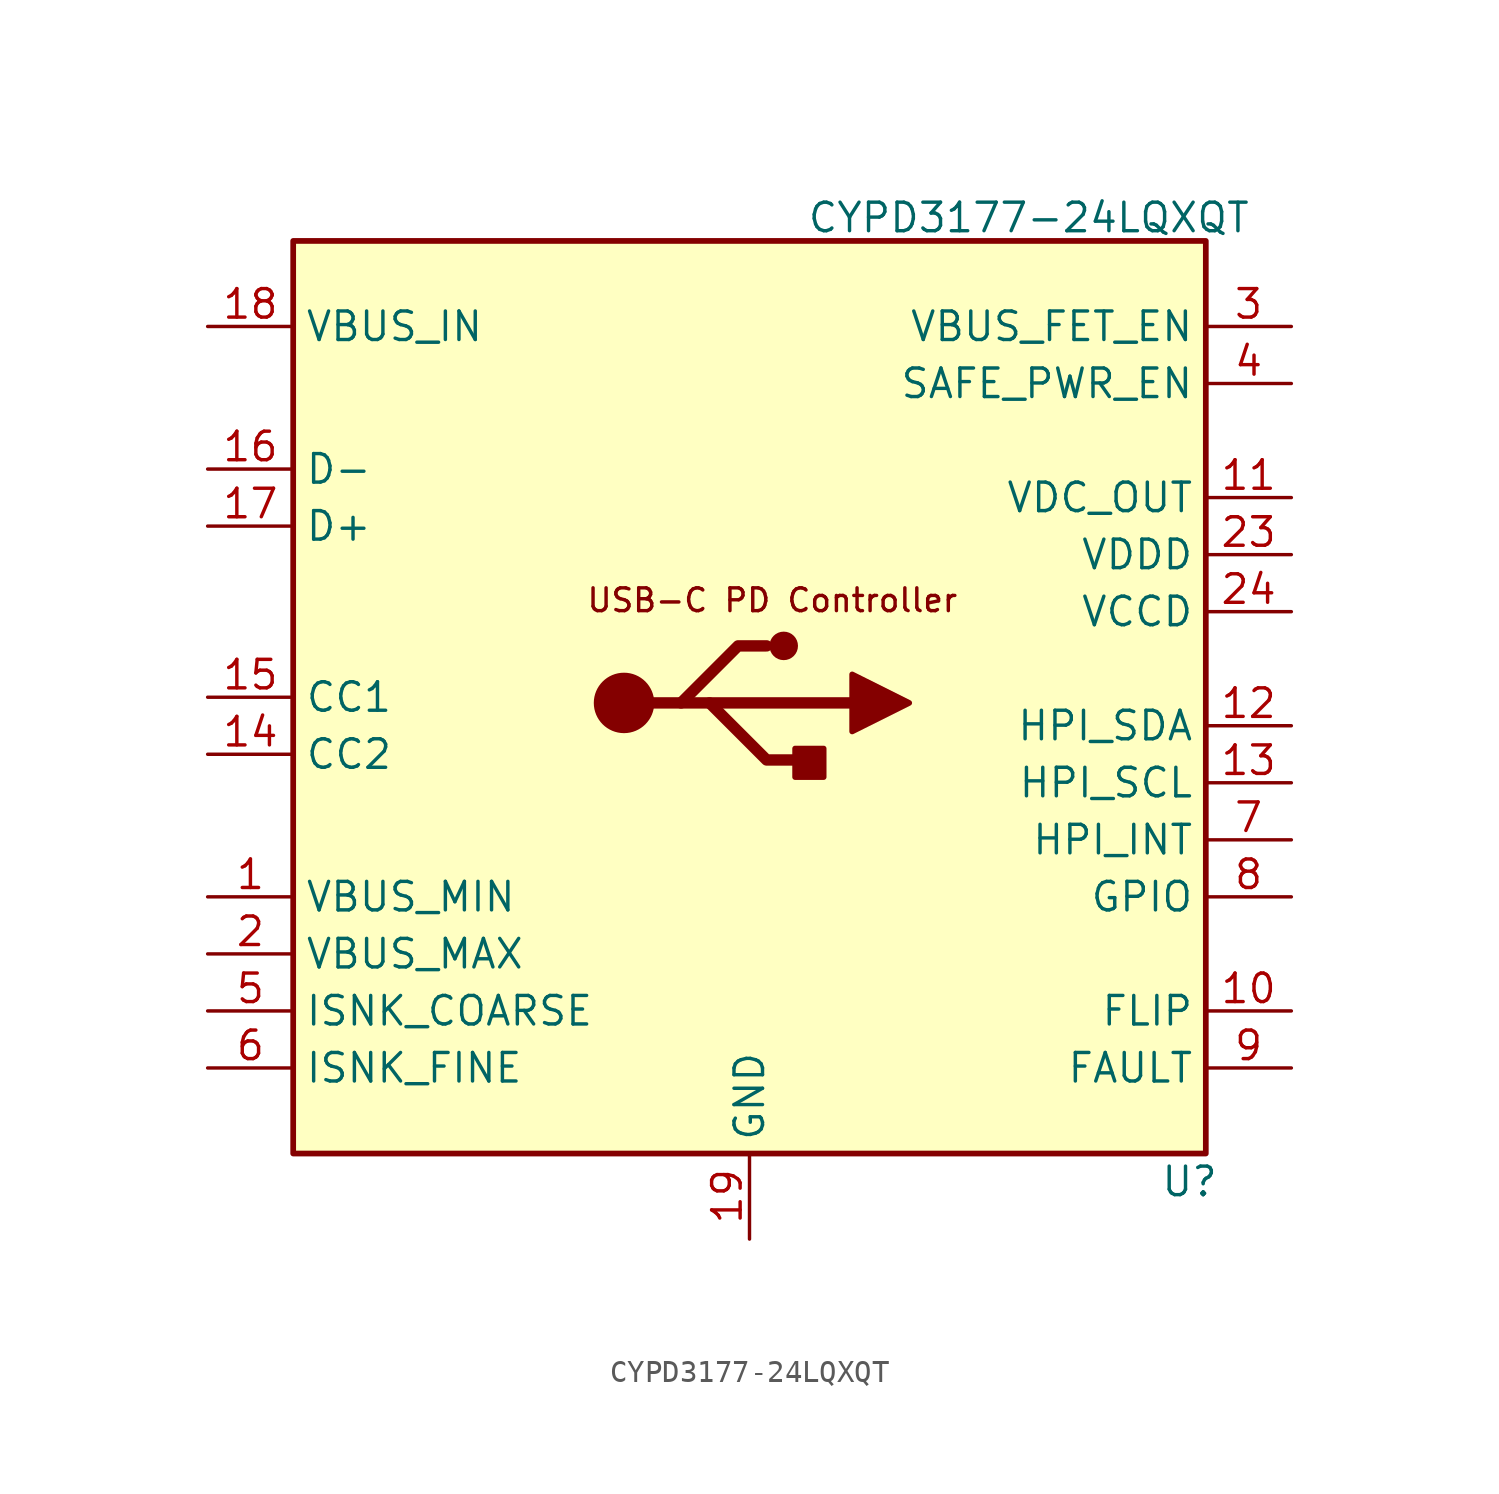
<source format=kicad_sym>
(kicad_symbol_lib
  (version 20231120)
  (generator "kicad_symbol_editor")
  (generator_version "8.0")
  (symbol "CYPD3177-24LQXQT"
    (property "Reference" "U"
      (at 18.288 -20.828 0)
      (effects (font (size 1.27 1.27)) (justify left top)))
    (property "Value" "CYPD3177-24LQXQT"
      (at 2.54 22.098 0)
      (effects (font (size 1.27 1.27)) (justify left top)))
    (symbol "CYPD3177-24LQXQT_0_1"
      (circle (center -5.588 -0.254) (radius 1.27) (stroke (width 0) (type default)) (fill (type outline)))
      (polyline (pts (xy -5.588 -0.254) (xy 4.572 -0.254)) (stroke (width 0.508) (type default)) (fill (type none)))
      (polyline (pts (xy -3.048 -0.254) (xy -0.508 2.286) (xy 0.762 2.286)) (stroke (width 0.508) (type default)) (fill (type none)))
      (polyline (pts (xy -1.778 -0.254) (xy 0.762 -2.794) (xy 2.032 -2.794)) (stroke (width 0.508) (type default)) (fill (type none)))
      (polyline (pts (xy 4.572 1.016) (xy 7.112 -0.254) (xy 4.572 -1.524) (xy 4.572 1.016)) (stroke (width 0.254) (type default)) (fill (type outline)))
      (circle (center 1.524 2.286) (radius 0.508) (stroke (width 0.254) (type default)) (fill (type outline)))
      (rectangle (start 2.032 -2.286) (end 3.302 -3.556) (stroke (width 0.254) (type default)) (fill (type outline))))
    (symbol "CYPD3177-24LQXQT_1_1"
      (rectangle (start -20.32 20.32) (end 20.32 -20.32) (stroke (width 0.254) (type default)) (fill (type background)))
      (text "USB-C PD Controller" (at 1.016 4.318 0) (effects (font (size 1.016 1.016))))
      (pin input line (at -24.13 -8.89 0) (length 3.81) (name "VBUS_MIN" (effects (font (size 1.27 1.27)))) (number "1" (effects (font (size 1.27 1.27)))))
      (pin output line (at 24.13 -13.97 180) (length 3.81) (name "FLIP" (effects (font (size 1.27 1.27)))) (number "10" (effects (font (size 1.27 1.27)))))
      (pin power_out line (at 24.13 8.89 180) (length 3.81) (name "VDC_OUT" (effects (font (size 1.27 1.27)))) (number "11" (effects (font (size 1.27 1.27)))))
      (pin bidirectional line (at 24.13 -1.27 180) (length 3.81) (name "HPI_SDA" (effects (font (size 1.27 1.27)))) (number "12" (effects (font (size 1.27 1.27)))))
      (pin bidirectional line (at 24.13 -3.81 180) (length 3.81) (name "HPI_SCL" (effects (font (size 1.27 1.27)))) (number "13" (effects (font (size 1.27 1.27)))))
      (pin bidirectional line (at -24.13 -2.54 0) (length 3.81) (name "CC2" (effects (font (size 1.27 1.27)))) (number "14" (effects (font (size 1.27 1.27)))))
      (pin bidirectional line (at -24.13 0 0) (length 3.81) (name "CC1" (effects (font (size 1.27 1.27)))) (number "15" (effects (font (size 1.27 1.27)))))
      (pin bidirectional line (at -24.13 10.16 0) (length 3.81) (name "D-" (effects (font (size 1.27 1.27)))) (number "16" (effects (font (size 1.27 1.27)))))
      (pin bidirectional line (at -24.13 7.62 0) (length 3.81) (name "D+" (effects (font (size 1.27 1.27)))) (number "17" (effects (font (size 1.27 1.27)))))
      (pin power_in line (at -24.13 16.51 0) (length 3.81) (name "VBUS_IN" (effects (font (size 1.27 1.27)))) (number "18" (effects (font (size 1.27 1.27)))))
      (pin power_in line (at 0 -24.13 90) (length 3.81) (name "GND" (effects (font (size 1.27 1.27)))) (number "19" (effects (font (size 1.27 1.27)))))
      (pin input line (at -24.13 -11.43 0) (length 3.81) (name "VBUS_MAX" (effects (font (size 1.27 1.27)))) (number "2" (effects (font (size 1.27 1.27)))))
      (pin no_connect line (at 8.89 -24.13 90) (length 3.81) hide (name "DNU" (effects (font (size 1.27 1.27)))) (number "20" (effects (font (size 1.27 1.27)))))
      (pin no_connect line (at 8.89 -24.13 90) (length 3.81) hide (name "DNU" (effects (font (size 1.27 1.27)))) (number "21" (effects (font (size 1.27 1.27)))))
      (pin power_in line (at 0 -24.13 90) (length 3.81) hide (name "GND" (effects (font (size 1.27 1.27)))) (number "22" (effects (font (size 1.27 1.27)))))
      (pin power_out line (at 24.13 6.35 180) (length 3.81) (name "VDDD" (effects (font (size 1.27 1.27)))) (number "23" (effects (font (size 1.27 1.27)))))
      (pin power_out line (at 24.13 3.81 180) (length 3.81) (name "VCCD" (effects (font (size 1.27 1.27)))) (number "24" (effects (font (size 1.27 1.27)))))
      (pin power_in line (at 0 -24.13 90) (length 3.81) hide (name "EP" (effects (font (size 1.27 1.27)))) (number "25" (effects (font (size 1.27 1.27)))))
      (pin output line (at 24.13 16.51 180) (length 3.81) (name "VBUS_FET_EN" (effects (font (size 1.27 1.27)))) (number "3" (effects (font (size 1.27 1.27)))))
      (pin output line (at 24.13 13.97 180) (length 3.81) (name "SAFE_PWR_EN" (effects (font (size 1.27 1.27)))) (number "4" (effects (font (size 1.27 1.27)))))
      (pin input line (at -24.13 -13.97 0) (length 3.81) (name "ISNK_COARSE" (effects (font (size 1.27 1.27)))) (number "5" (effects (font (size 1.27 1.27)))))
      (pin input line (at -24.13 -16.51 0) (length 3.81) (name "ISNK_FINE" (effects (font (size 1.27 1.27)))) (number "6" (effects (font (size 1.27 1.27)))))
      (pin bidirectional line (at 24.13 -6.35 180) (length 3.81) (name "HPI_INT" (effects (font (size 1.27 1.27)))) (number "7" (effects (font (size 1.27 1.27)))))
      (pin bidirectional line (at 24.13 -8.89 180) (length 3.81) (name "GPIO" (effects (font (size 1.27 1.27)))) (number "8" (effects (font (size 1.27 1.27)))))
      (pin output line (at 24.13 -16.51 180) (length 3.81) (name "FAULT" (effects (font (size 1.27 1.27)))) (number "9" (effects (font (size 1.27 1.27))))))))
</source>
